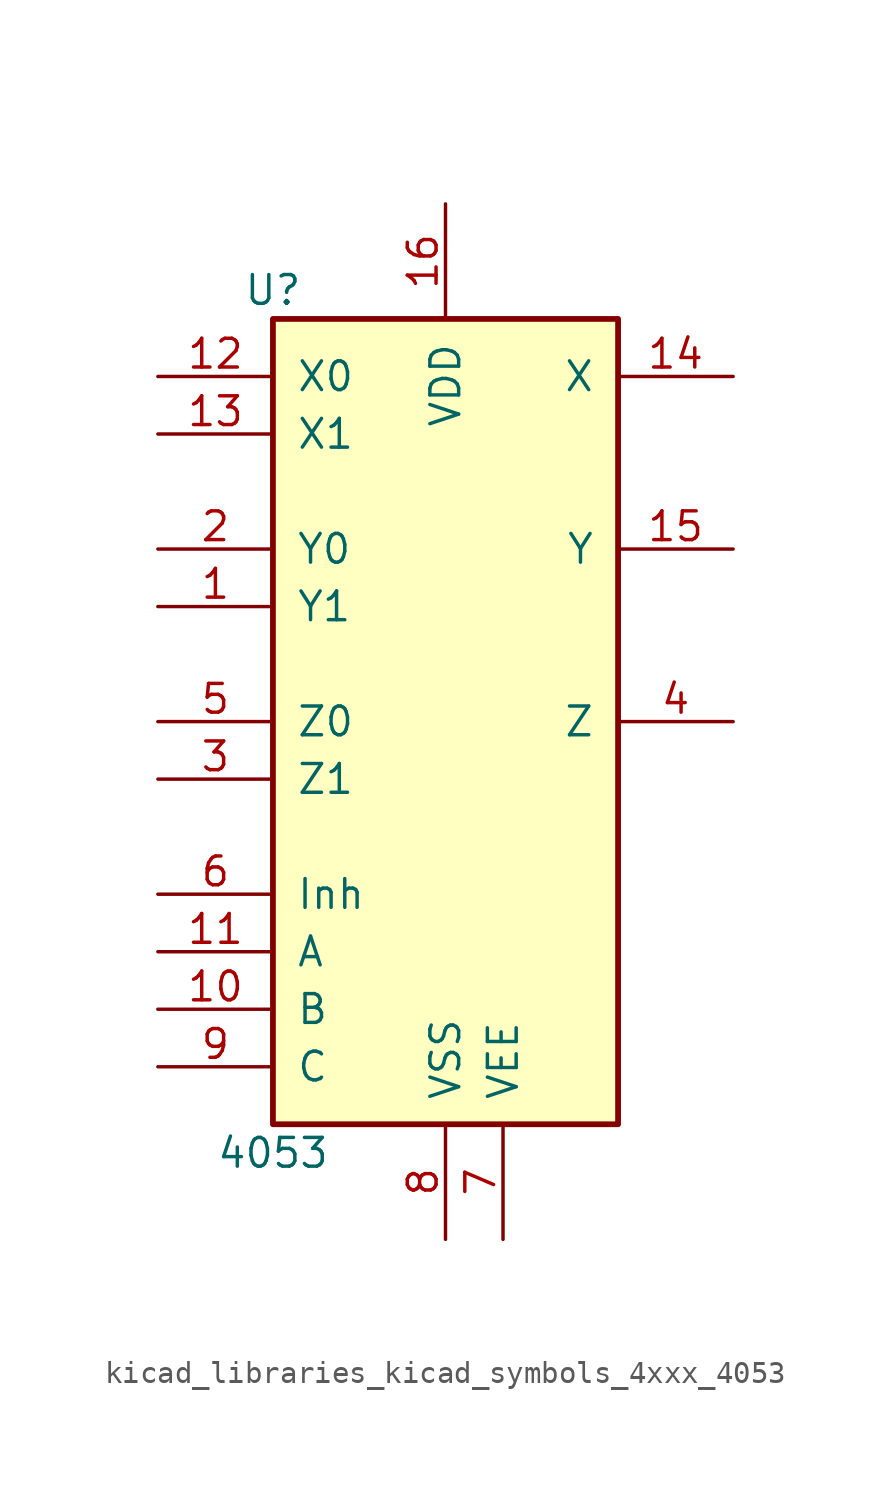
<source format=kicad_sym>
(kicad_symbol_lib
  (version 20220914)
  (generator kicad_symbol_editor)
  (symbol "kicad_libraries_kicad_symbols_4xxx_4053"
    (pin_names
      (offset 1.016))
    (property "Reference" "U"
      (at -7.62 19.05 0)
      (effects (font (size 1.27 1.27))))
    (property "Value" "4053"
      (at -7.62 -19.05 0)
      (effects (font (size 1.27 1.27))))
    (property "ki_locked" ""
      (at 0 0 0)
      (effects (font (size 1.27 1.27))))
    (symbol "kicad_libraries_kicad_symbols_4xxx_4053_1_0"
      (pin passive line (at -12.7 5.08 0) (length 5.08) (name "Y1" (effects (font (size 1.27 1.27)))) (number "1" (effects (font (size 1.27 1.27)))))
      (pin input line (at -12.7 -12.7 0) (length 5.08) (name "B" (effects (font (size 1.27 1.27)))) (number "10" (effects (font (size 1.27 1.27)))))
      (pin input line (at -12.7 -10.16 0) (length 5.08) (name "A" (effects (font (size 1.27 1.27)))) (number "11" (effects (font (size 1.27 1.27)))))
      (pin passive line (at -12.7 15.24 0) (length 5.08) (name "X0" (effects (font (size 1.27 1.27)))) (number "12" (effects (font (size 1.27 1.27)))))
      (pin passive line (at -12.7 12.7 0) (length 5.08) (name "X1" (effects (font (size 1.27 1.27)))) (number "13" (effects (font (size 1.27 1.27)))))
      (pin passive line (at 12.7 15.24 180) (length 5.08) (name "X" (effects (font (size 1.27 1.27)))) (number "14" (effects (font (size 1.27 1.27)))))
      (pin passive line (at 12.7 7.62 180) (length 5.08) (name "Y" (effects (font (size 1.27 1.27)))) (number "15" (effects (font (size 1.27 1.27)))))
      (pin power_in line (at 0 22.86 270) (length 5.08) (name "VDD" (effects (font (size 1.27 1.27)))) (number "16" (effects (font (size 1.27 1.27)))))
      (pin passive line (at -12.7 7.62 0) (length 5.08) (name "Y0" (effects (font (size 1.27 1.27)))) (number "2" (effects (font (size 1.27 1.27)))))
      (pin passive line (at -12.7 -2.54 0) (length 5.08) (name "Z1" (effects (font (size 1.27 1.27)))) (number "3" (effects (font (size 1.27 1.27)))))
      (pin passive line (at 12.7 0 180) (length 5.08) (name "Z" (effects (font (size 1.27 1.27)))) (number "4" (effects (font (size 1.27 1.27)))))
      (pin passive line (at -12.7 0 0) (length 5.08) (name "Z0" (effects (font (size 1.27 1.27)))) (number "5" (effects (font (size 1.27 1.27)))))
      (pin input line (at -12.7 -7.62 0) (length 5.08) (name "Inh" (effects (font (size 1.27 1.27)))) (number "6" (effects (font (size 1.27 1.27)))))
      (pin power_in line (at 2.54 -22.86 90) (length 5.08) (name "VEE" (effects (font (size 1.27 1.27)))) (number "7" (effects (font (size 1.27 1.27)))))
      (pin power_in line (at 0 -22.86 90) (length 5.08) (name "VSS" (effects (font (size 1.27 1.27)))) (number "8" (effects (font (size 1.27 1.27)))))
      (pin input line (at -12.7 -15.24 0) (length 5.08) (name "C" (effects (font (size 1.27 1.27)))) (number "9" (effects (font (size 1.27 1.27))))))
    (symbol "kicad_libraries_kicad_symbols_4xxx_4053_1_1"
      (rectangle (start -7.62 17.78) (end 7.62 -17.78) (stroke (width 0.254) (type default)) (fill (type background))))))
</source>
